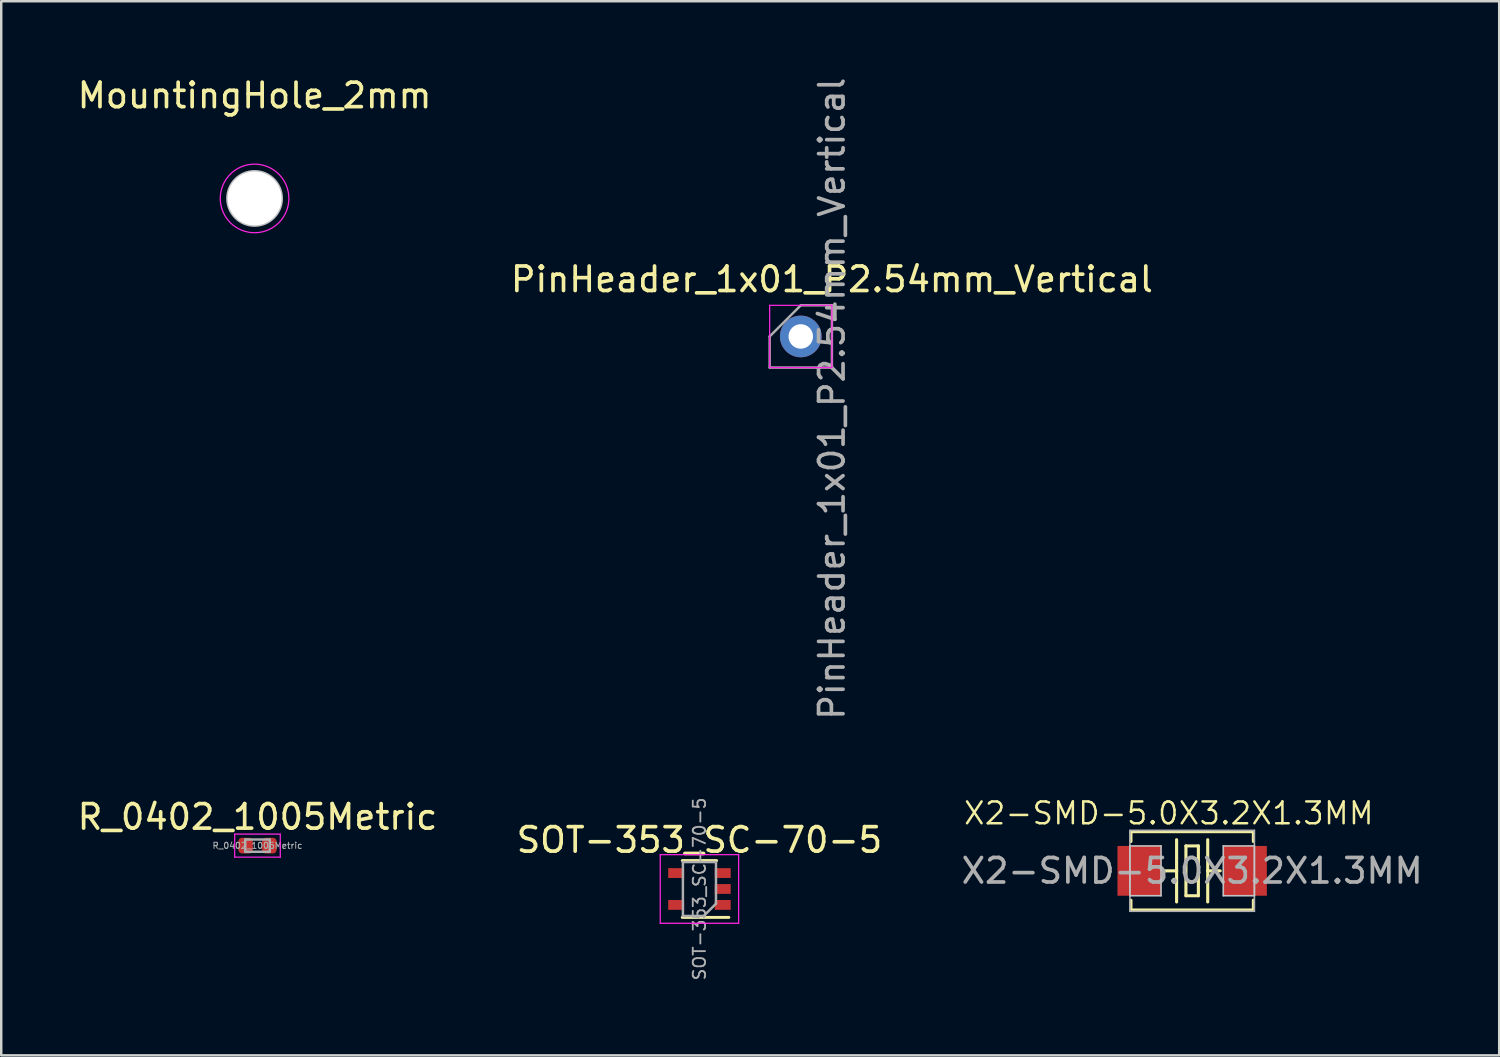
<source format=kicad_pcb>
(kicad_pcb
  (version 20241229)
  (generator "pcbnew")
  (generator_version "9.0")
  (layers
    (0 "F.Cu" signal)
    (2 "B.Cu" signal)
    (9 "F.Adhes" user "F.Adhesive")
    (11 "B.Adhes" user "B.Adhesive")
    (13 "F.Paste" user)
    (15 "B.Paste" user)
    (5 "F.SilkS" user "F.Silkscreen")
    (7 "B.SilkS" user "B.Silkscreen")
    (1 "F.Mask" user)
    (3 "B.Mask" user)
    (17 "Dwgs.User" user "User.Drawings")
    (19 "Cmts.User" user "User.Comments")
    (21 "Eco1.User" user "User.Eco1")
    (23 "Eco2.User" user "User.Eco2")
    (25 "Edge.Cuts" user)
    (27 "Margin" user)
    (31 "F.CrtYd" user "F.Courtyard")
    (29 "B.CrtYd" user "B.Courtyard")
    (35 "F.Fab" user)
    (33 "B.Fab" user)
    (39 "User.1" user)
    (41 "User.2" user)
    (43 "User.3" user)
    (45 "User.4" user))
  (footprint "X2-SMD-5.0X3.2X1.3MM"
    (layer "F.Cu")
    (at 45.601 32.488)
    (property "Reference" "X2-SMD-5.0X3.2X1.3MM" (at -0.953 -2.349 0) (layer "F.SilkS") (effects (font (size 0.889 0.889) (thickness 0.102))))
    (attr smd)
    (fp_line (start -2.499 -1.598) (end -2.499 -1.199) (stroke (width 0.127) (type solid)) (layer "F.SilkS"))
    (fp_line (start -2.499 1.199) (end -2.499 1.598) (stroke (width 0.127) (type solid)) (layer "F.SilkS"))
    (fp_line (start -2.499 1.598) (end 2.499 1.598) (stroke (width 0.127) (type solid)) (layer "F.SilkS"))
    (fp_line (start -0.635 -1.27) (end -0.635 0) (stroke (width 0.127) (type solid)) (layer "F.SilkS"))
    (fp_line (start -0.635 0) (end -1.143 0) (stroke (width 0.127) (type solid)) (layer "F.SilkS"))
    (fp_line (start -0.635 0) (end -0.635 1.27) (stroke (width 0.127) (type solid)) (layer "F.SilkS"))
    (fp_line (start -0.254 -1.016) (end -0.254 1.016) (stroke (width 0.127) (type solid)) (layer "F.SilkS"))
    (fp_line (start -0.254 1.016) (end 0.254 1.016) (stroke (width 0.127) (type solid)) (layer "F.SilkS"))
    (fp_line (start 0.254 -1.016) (end -0.254 -1.016) (stroke (width 0.127) (type solid)) (layer "F.SilkS"))
    (fp_line (start 0.254 1.016) (end 0.254 -1.016) (stroke (width 0.127) (type solid)) (layer "F.SilkS"))
    (fp_line (start 0.635 -1.27) (end 0.635 0) (stroke (width 0.127) (type solid)) (layer "F.SilkS"))
    (fp_line (start 0.635 0) (end 0.635 1.27) (stroke (width 0.127) (type solid)) (layer "F.SilkS"))
    (fp_line (start 0.635 0) (end 1.143 0) (stroke (width 0.127) (type solid)) (layer "F.SilkS"))
    (fp_line (start 2.499 -1.598) (end -2.499 -1.598) (stroke (width 0.127) (type solid)) (layer "F.SilkS"))
    (fp_line (start 2.499 -1.199) (end 2.499 -1.598) (stroke (width 0.127) (type solid)) (layer "F.SilkS"))
    (fp_line (start 2.499 1.598) (end 2.499 1.199) (stroke (width 0.127) (type solid)) (layer "F.SilkS"))
    (fp_line (start -2.54 -1.016) (end -1.27 -1.016) (stroke (width 0.066) (type solid)) (layer "Dwgs.User"))
    (fp_line (start -2.54 1.016) (end -2.54 -1.016) (stroke (width 0.066) (type solid)) (layer "Dwgs.User"))
    (fp_line (start -2.54 1.016) (end -1.27 1.016) (stroke (width 0.066) (type solid)) (layer "Dwgs.User"))
    (fp_line (start -1.27 1.016) (end -1.27 -1.016) (stroke (width 0.066) (type solid)) (layer "Dwgs.User"))
    (fp_line (start 1.27 -1.016) (end 2.54 -1.016) (stroke (width 0.066) (type solid)) (layer "Dwgs.User"))
    (fp_line (start 1.27 1.016) (end 1.27 -1.016) (stroke (width 0.066) (type solid)) (layer "Dwgs.User"))
    (fp_line (start 1.27 1.016) (end 2.54 1.016) (stroke (width 0.066) (type solid)) (layer "Dwgs.User"))
    (fp_line (start 2.54 1.016) (end 2.54 -1.016) (stroke (width 0.066) (type solid)) (layer "Dwgs.User"))
    (fp_line (start -2.54 -1.651) (end 2.54 -1.651) (stroke (width 0.066) (type solid)) (layer "F.Fab"))
    (fp_line (start -2.54 1.651) (end -2.54 -1.651) (stroke (width 0.066) (type solid)) (layer "F.Fab"))
    (fp_line (start -2.54 1.651) (end 2.54 1.651) (stroke (width 0.066) (type solid)) (layer "F.Fab"))
    (fp_line (start 2.54 1.651) (end 2.54 -1.651) (stroke (width 0.066) (type solid)) (layer "F.Fab"))
    (fp_text user "${REFERENCE}" (at 0 0 0) (layer "F.Fab") (effects (font (size 1 1) (thickness 0.15))))
    (pad "1" smd rect (at -2.159 0) (size 1.778 2.032) (layers "F.Cu" "F.Mask" "F.Paste"))
    (pad "2" smd rect (at 2.159 0) (size 1.778 2.032) (layers "F.Cu" "F.Mask" "F.Paste")))
  (footprint "R_0402_1005Metric"
    (layer "F.Cu")
    (at 7.458 31.459)
    (property "Reference" "R_0402_1005Metric" (at 0 -1.17 0) (layer "F.SilkS") (effects (font (size 1 1) (thickness 0.15))))
    (attr smd)
    (fp_line (start -0.93 -0.47) (end 0.93 -0.47) (stroke (width 0.05) (type solid)) (layer "F.CrtYd"))
    (fp_line (start -0.93 0.47) (end -0.93 -0.47) (stroke (width 0.05) (type solid)) (layer "F.CrtYd"))
    (fp_line (start 0.93 -0.47) (end 0.93 0.47) (stroke (width 0.05) (type solid)) (layer "F.CrtYd"))
    (fp_line (start 0.93 0.47) (end -0.93 0.47) (stroke (width 0.05) (type solid)) (layer "F.CrtYd"))
    (fp_line (start -0.5 -0.25) (end 0.5 -0.25) (stroke (width 0.1) (type solid)) (layer "F.Fab"))
    (fp_line (start -0.5 0.25) (end -0.5 -0.25) (stroke (width 0.1) (type solid)) (layer "F.Fab"))
    (fp_line (start 0.5 -0.25) (end 0.5 0.25) (stroke (width 0.1) (type solid)) (layer "F.Fab"))
    (fp_line (start 0.5 0.25) (end -0.5 0.25) (stroke (width 0.1) (type solid)) (layer "F.Fab"))
    (fp_text user "${REFERENCE}" (at 0 0 0) (layer "F.Fab") (effects (font (size 0.25 0.25) (thickness 0.04))))
    (pad "1" smd roundrect (at -0.485 0) (size 0.59 0.64) (layers "F.Cu" "F.Mask" "F.Paste") (roundrect_rratio 0.25))
    (pad "2" smd roundrect (at 0.485 0) (size 0.59 0.64) (layers "F.Cu" "F.Mask" "F.Paste") (roundrect_rratio 0.25)))
  (footprint "SOT-353_SC-70-5"
    (layer "F.Cu")
    (at 25.494 33.229)
    (property "Reference" "SOT-353_SC-70-5" (at 0 -2 0) (layer "F.SilkS") (effects (font (size 1 1) (thickness 0.15))))
    (attr smd)
    (fp_line (start -0.7 1.16) (end 1.2 1.16) (stroke (width 0.12) (type solid)) (layer "F.SilkS"))
    (fp_line (start 0.7 -1.16) (end -0.7 -1.16) (stroke (width 0.12) (type solid)) (layer "F.SilkS"))
    (fp_line (start -1.6 -1.4) (end -1.6 1.4) (stroke (width 0.05) (type solid)) (layer "F.CrtYd"))
    (fp_line (start 1.6 -1.4) (end -1.6 -1.4) (stroke (width 0.05) (type solid)) (layer "F.CrtYd"))
    (fp_line (start 1.6 1.4) (end -1.6 1.4) (stroke (width 0.05) (type solid)) (layer "F.CrtYd"))
    (fp_line (start 1.6 1.4) (end 1.6 -1.4) (stroke (width 0.05) (type solid)) (layer "F.CrtYd"))
    (fp_line (start -0.675 -1.1) (end 0.675 -1.1) (stroke (width 0.1) (type solid)) (layer "F.Fab"))
    (fp_line (start -0.675 1.1) (end -0.675 -1.1) (stroke (width 0.1) (type solid)) (layer "F.Fab"))
    (fp_line (start -0.675 1.1) (end 0.175 1.1) (stroke (width 0.1) (type solid)) (layer "F.Fab"))
    (fp_line (start 0.175 1.1) (end 0.675 0.6) (stroke (width 0.1) (type solid)) (layer "F.Fab"))
    (fp_line (start 0.675 0.6) (end 0.675 -1.1) (stroke (width 0.1) (type solid)) (layer "F.Fab"))
    (fp_text user "${REFERENCE}" (at 0 0 270) (layer "F.Fab") (effects (font (size 0.5 0.5) (thickness 0.075))))
    (pad "1" smd rect (at 0.95 0.65 180) (size 0.65 0.4) (layers "F.Cu" "F.Mask" "F.Paste"))
    (pad "2" smd rect (at 0.95 0 180) (size 0.65 0.4) (layers "F.Cu" "F.Mask" "F.Paste"))
    (pad "3" smd rect (at 0.95 -0.65 180) (size 0.65 0.4) (layers "F.Cu" "F.Mask" "F.Paste"))
    (pad "4" smd rect (at -0.95 -0.65 180) (size 0.65 0.4) (layers "F.Cu" "F.Mask" "F.Paste"))
    (pad "5" smd rect (at -0.95 0.65 180) (size 0.65 0.4) (layers "F.Cu" "F.Mask" "F.Paste")))
  (footprint "PinHeader_1x01_P2.54mm_Vertical"
    (layer "F.Cu")
    (at 29.629 10.68)
    (property "Reference" "PinHeader_1x01_P2.54mm_Vertical" (at 1.27 -2.33 0) (layer "F.SilkS") (effects (font (size 1 1) (thickness 0.15))))
    (attr through_hole)
    (fp_line (start -1.27 -1.27) (end -1.27 1.27) (stroke (width 0.05) (type solid)) (layer "F.CrtYd"))
    (fp_line (start -1.27 1.27) (end 1.27 1.27) (stroke (width 0.05) (type solid)) (layer "F.CrtYd"))
    (fp_line (start 1.27 -1.27) (end -1.27 -1.27) (stroke (width 0.05) (type solid)) (layer "F.CrtYd"))
    (fp_line (start 1.27 1.27) (end 1.27 -1.27) (stroke (width 0.05) (type solid)) (layer "F.CrtYd"))
    (fp_line (start -1.27 0) (end 0 -1.27) (stroke (width 0.1) (type solid)) (layer "F.Fab"))
    (fp_line (start -1.27 1.27) (end -1.27 0) (stroke (width 0.1) (type solid)) (layer "F.Fab"))
    (fp_line (start 0 -1.27) (end 1.27 -1.27) (stroke (width 0.1) (type solid)) (layer "F.Fab"))
    (fp_line (start 1.27 -1.27) (end 1.27 1.27) (stroke (width 0.1) (type solid)) (layer "F.Fab"))
    (fp_line (start 1.27 1.27) (end -1.27 1.27) (stroke (width 0.1) (type solid)) (layer "F.Fab"))
    (fp_text user "${REFERENCE}" (at 1.27 2.54 90) (layer "F.Fab") (effects (font (size 1 1) (thickness 0.15))))
    (pad "1" thru_hole circle (at 0 0) (size 1.7 1.7) (drill 1) (layers "*.Cu" "*.Mask")))
  (footprint "MountingHole_2mm"
    (layer "F.Cu")
    (at 7.339 5.048)
    (property "Reference" "MountingHole_2mm" (at 0 -4.2 0) (layer "F.SilkS") (effects (font (size 1 1) (thickness 0.15))))
    (attr exclude_from_pos_files exclude_from_bom)
    (fp_circle (center 0 0) (end 1.1 0) (stroke (width 0.12) (type solid)) (fill no) (layer "Dwgs.User"))
    (fp_circle (center 0 0) (end 1.4 0) (stroke (width 0.05) (type solid)) (fill no) (layer "F.CrtYd"))
    (pad "" np_thru_hole circle (at 0 0) (size 2.2 2.2) (drill 2.2) (layers "*.Cu" "*.Mask")))
  (gr_rect
    (start -3 -3)
    (end 58.131 40.018)
    (stroke (width 0.1) (type default))
    (fill no)
    (layer "Edge.Cuts")))
</source>
